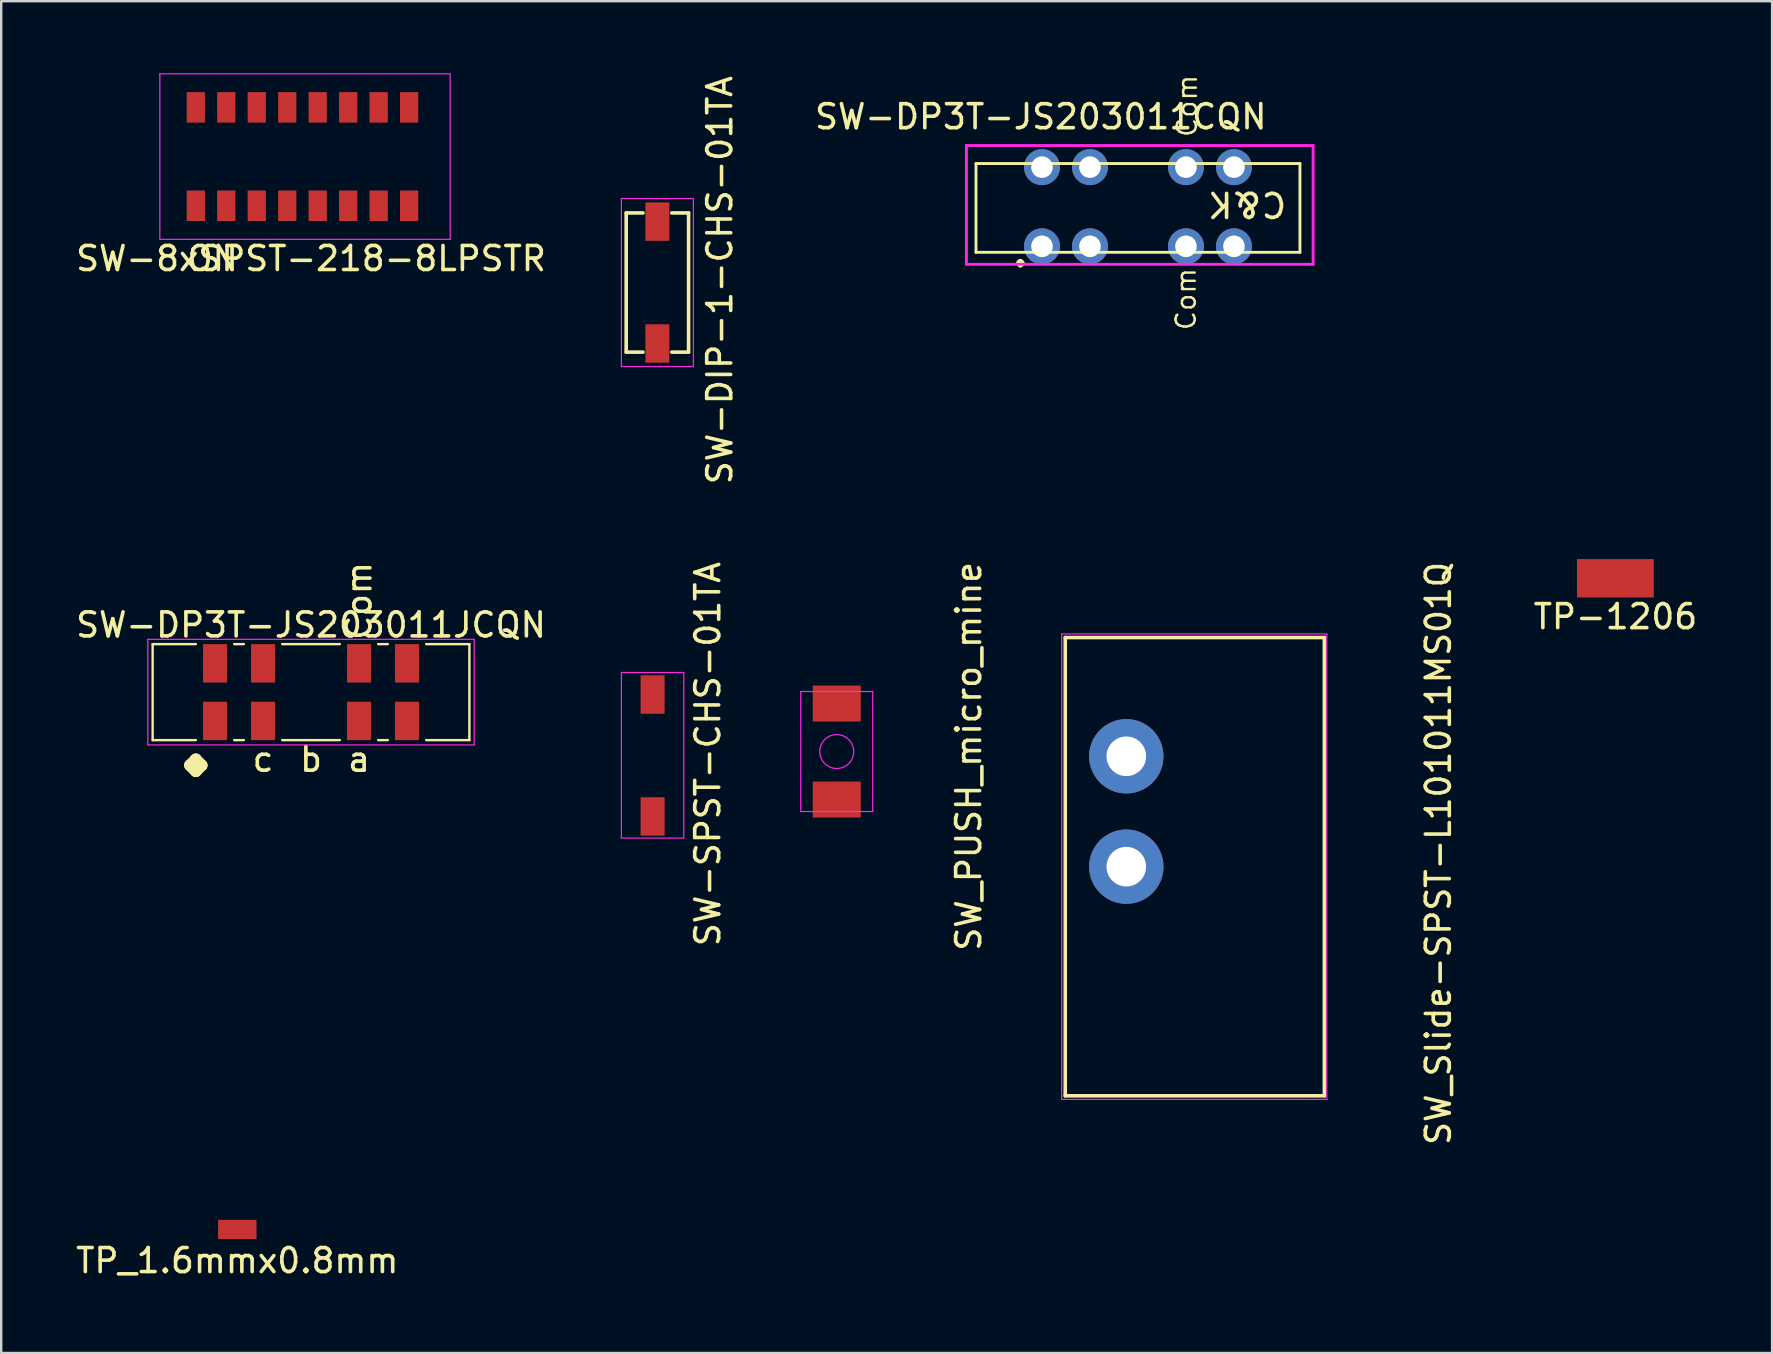
<source format=kicad_pcb>
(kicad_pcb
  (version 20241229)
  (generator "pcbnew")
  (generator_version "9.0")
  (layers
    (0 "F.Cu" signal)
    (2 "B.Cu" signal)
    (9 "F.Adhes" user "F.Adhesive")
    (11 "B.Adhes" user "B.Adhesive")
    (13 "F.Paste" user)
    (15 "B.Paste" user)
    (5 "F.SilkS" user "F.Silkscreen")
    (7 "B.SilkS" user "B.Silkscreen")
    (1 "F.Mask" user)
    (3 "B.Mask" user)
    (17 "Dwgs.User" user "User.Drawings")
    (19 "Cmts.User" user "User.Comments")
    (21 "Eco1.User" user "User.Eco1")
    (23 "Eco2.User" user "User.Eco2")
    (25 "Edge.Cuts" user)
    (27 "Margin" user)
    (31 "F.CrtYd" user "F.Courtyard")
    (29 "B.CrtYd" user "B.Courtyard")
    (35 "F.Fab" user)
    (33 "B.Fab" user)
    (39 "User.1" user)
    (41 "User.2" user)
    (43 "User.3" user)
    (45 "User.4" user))
  (footprint "TP-1206"
    (layer "F.Cu")
    (at 64.271 21.05)
    (property "Reference" "TP-1206" (at 0 1.6 0) (layer "F.SilkS") (effects (font (size 1 1) (thickness 0.15))))
    (attr through_hole)
    (pad "1" smd rect (at 0 0) (size 3.2 1.6) (layers "F.Cu" "F.Mask" "F.Paste")))
  (footprint "SW_Slide-SPST-L101011MS01Q"
    (layer "F.Cu")
    (at 46.743 33.068)
    (property "Reference" "SW_Slide-SPST-L101011MS01Q" (at 10.15 -0.55 90) (layer "F.SilkS") (effects (font (size 1 1) (thickness 0.15))))
    (attr through_hole)
    (fp_line (start -5.4 -9.55) (end 5.4 -9.55) (stroke (width 0.15) (type solid)) (layer "F.SilkS"))
    (fp_line (start -5.4 9.55) (end -5.4 -9.55) (stroke (width 0.15) (type solid)) (layer "F.SilkS"))
    (fp_line (start 5.4 -9.55) (end 5.4 9.55) (stroke (width 0.15) (type solid)) (layer "F.SilkS"))
    (fp_line (start 5.4 9.55) (end -5.4 9.55) (stroke (width 0.15) (type solid)) (layer "F.SilkS"))
    (fp_line (start -5.55 -9.7) (end -5.55 9.7) (stroke (width 0.05) (type solid)) (layer "F.CrtYd"))
    (fp_line (start -5.55 9.7) (end 5.5 9.7) (stroke (width 0.05) (type solid)) (layer "F.CrtYd"))
    (fp_line (start 5.5 -9.7) (end -5.55 -9.7) (stroke (width 0.05) (type solid)) (layer "F.CrtYd"))
    (fp_line (start 5.5 9.7) (end 5.5 -9.7) (stroke (width 0.05) (type solid)) (layer "F.CrtYd"))
    (pad "1" thru_hole circle (at -2.855 -4.6) (size 3.1 3.1) (drill 1.65) (layers "*.Cu" "*.Mask"))
    (pad "2" thru_hole circle (at -2.855 0) (size 3.1 3.1) (drill 1.65) (layers "*.Cu" "*.Mask")))
  (footprint "SW-DP3T-JS203011CQN"
    (layer "F.Cu")
    (at 40.374 7.215)
    (property "Reference" "SW-DP3T-JS203011CQN" (at -0.05 -5.4 0) (layer "F.SilkS") (effects (font (size 1 1) (thickness 0.15))))
    (attr through_hole)
    (fp_line (start -2.75 -3.45) (end -2.75 0.25) (stroke (width 0.12) (type solid)) (layer "F.SilkS"))
    (fp_line (start -2.75 0.25) (end 10.75 0.25) (stroke (width 0.12) (type solid)) (layer "F.SilkS"))
    (fp_line (start 10.75 -3.45) (end -2.75 -3.45) (stroke (width 0.12) (type solid)) (layer "F.SilkS"))
    (fp_line (start 10.75 0.25) (end 10.75 -3.45) (stroke (width 0.12) (type solid)) (layer "F.SilkS"))
    (fp_line (start -3.15 -4.2) (end 11.3 -4.2) (stroke (width 0.12) (type solid)) (layer "F.CrtYd"))
    (fp_line (start -3.15 0.75) (end -3.15 -4.2) (stroke (width 0.12) (type solid)) (layer "F.CrtYd"))
    (fp_line (start 11.15 0.75) (end -3.15 0.75) (stroke (width 0.12) (type solid)) (layer "F.CrtYd"))
    (fp_line (start 11.3 -4.2) (end 11.3 0.75) (stroke (width 0.12) (type solid)) (layer "F.CrtYd"))
    (fp_line (start 11.3 0.75) (end 11.15 0.75) (stroke (width 0.12) (type solid)) (layer "F.CrtYd"))
    (fp_text user "." (at -0.9 0.3 0) (layer "F.SilkS") (effects (font (size 1 1) (thickness 0.25))))
    (fp_text user "Com" (at 6 2.2 90) (layer "F.SilkS") (effects (font (size 0.8 0.8) (thickness 0.1))))
    (fp_text user "Com" (at 6.05 -5.85 90) (layer "F.SilkS") (effects (font (size 0.8 0.8) (thickness 0.1))))
    (fp_text user "C&K" (at 8.55 -1.75 180) (unlocked yes) (layer "F.SilkS") (effects (font (size 1 1) (thickness 0.15))))
    (pad "1" thru_hole circle (at 0 0) (size 1.5 1.5) (drill 0.9) (layers "*.Cu" "*.Mask"))
    (pad "2" thru_hole circle (at 2 0) (size 1.5 1.5) (drill 0.9) (layers "*.Cu" "*.Mask"))
    (pad "3" thru_hole circle (at 6 0) (size 1.5 1.5) (drill 0.9) (layers "*.Cu" "*.Mask"))
    (pad "4" thru_hole circle (at 8 0) (size 1.5 1.5) (drill 0.9) (layers "*.Cu" "*.Mask"))
    (pad "5" thru_hole circle (at 0 -3.3) (size 1.5 1.5) (drill 0.9) (layers "*.Cu" "*.Mask"))
    (pad "6" thru_hole circle (at 2 -3.3) (size 1.5 1.5) (drill 0.9) (layers "*.Cu" "*.Mask"))
    (pad "7" thru_hole circle (at 6 -3.3) (size 1.5 1.5) (drill 0.9) (layers "*.Cu" "*.Mask"))
    (pad "8" thru_hole circle (at 8 -3.3) (size 1.5 1.5) (drill 0.9) (layers "*.Cu" "*.Mask")))
  (footprint "SW-SPST-CHS-01TA"
    (layer "F.Cu")
    (at 24.146 30.975)
    (property "Reference" "SW-SPST-CHS-01TA" (at 2.3 -2.6 90) (layer "F.SilkS") (effects (font (size 1 1) (thickness 0.15))))
    (attr through_hole)
    (fp_line (start -1.3 -6) (end -1.3 0.9) (stroke (width 0.05) (type solid)) (layer "F.CrtYd"))
    (fp_line (start -1.3 0.9) (end 1.3 0.9) (stroke (width 0.05) (type solid)) (layer "F.CrtYd"))
    (fp_line (start 1.3 -6) (end -1.3 -6) (stroke (width 0.05) (type solid)) (layer "F.CrtYd"))
    (fp_line (start 1.3 0.9) (end 1.3 -6) (stroke (width 0.05) (type solid)) (layer "F.CrtYd"))
    (pad "1" smd rect (at 0 0) (size 1 1.6) (layers "F.Cu" "F.Mask" "F.Paste"))
    (pad "2" smd rect (at 0 -5.08) (size 1 1.6) (layers "F.Cu" "F.Mask" "F.Paste")))
  (footprint "SW-DP3T-JS203011JCQN"
    (layer "F.Cu")
    (at 9.911 25.794)
    (property "Reference" "SW-DP3T-JS203011JCQN" (at 0 -2.8 0) (layer "F.SilkS") (effects (font (size 1 1) (thickness 0.15))))
    (attr through_hole)
    (fp_line (start -6.6 -2) (end -6.6 2) (stroke (width 0.1) (type solid)) (layer "F.SilkS"))
    (fp_line (start -6.6 2) (end -4.8 2) (stroke (width 0.1) (type solid)) (layer "F.SilkS"))
    (fp_line (start -4.8 -2) (end -6.6 -2) (stroke (width 0.1) (type solid)) (layer "F.SilkS"))
    (fp_line (start -3.2 2) (end -2.8 2) (stroke (width 0.1) (type solid)) (layer "F.SilkS"))
    (fp_line (start -2.8 -2) (end -3.2 -2) (stroke (width 0.1) (type solid)) (layer "F.SilkS"))
    (fp_line (start -1.2 2) (end 1.2 2) (stroke (width 0.1) (type solid)) (layer "F.SilkS"))
    (fp_line (start 1.2 -2) (end -1.2 -2) (stroke (width 0.1) (type solid)) (layer "F.SilkS"))
    (fp_line (start 2.8 2) (end 3.2 2) (stroke (width 0.1) (type solid)) (layer "F.SilkS"))
    (fp_line (start 3.2 -2) (end 2.8 -2) (stroke (width 0.1) (type solid)) (layer "F.SilkS"))
    (fp_line (start 4.8 2) (end 6.6 2) (stroke (width 0.1) (type solid)) (layer "F.SilkS"))
    (fp_line (start 6.6 -2) (end 4.8 -2) (stroke (width 0.1) (type solid)) (layer "F.SilkS"))
    (fp_line (start 6.6 2) (end 6.6 -2) (stroke (width 0.1) (type solid)) (layer "F.SilkS"))
    (fp_line (start -6.8 -2.2) (end -6.8 2.2) (stroke (width 0.05) (type solid)) (layer "F.CrtYd"))
    (fp_line (start -6.8 2.2) (end 6.8 2.2) (stroke (width 0.05) (type solid)) (layer "F.CrtYd"))
    (fp_line (start 6.8 -2.2) (end -6.8 -2.2) (stroke (width 0.05) (type solid)) (layer "F.CrtYd"))
    (fp_line (start 6.8 2.2) (end 6.8 -2.2) (stroke (width 0.05) (type solid)) (layer "F.CrtYd"))
    (fp_text user "Com" (at 2 -3.8 90) (layer "F.SilkS") (effects (font (size 1 1) (thickness 0.15))))
    (fp_text user "b" (at 0 2.8 0) (layer "F.SilkS") (effects (font (size 1 1) (thickness 0.15))))
    (fp_text user "a" (at 2 2.8 0) (layer "F.SilkS") (effects (font (size 1 1) (thickness 0.15))))
    (fp_text user "c" (at -2 2.8 0) (layer "F.SilkS") (effects (font (size 1 1) (thickness 0.15))))
    (fp_text user "." (at -4.8 1 0) (layer "F.SilkS") (effects (font (size 5 5) (thickness 0.5))))
    (pad "1" smd rect (at -4 1.2) (size 1 1.6) (layers "F.Cu" "F.Mask" "F.Paste"))
    (pad "2" smd rect (at -2 1.2) (size 1 1.6) (layers "F.Cu" "F.Mask" "F.Paste"))
    (pad "3" smd rect (at 2 1.2) (size 1 1.6) (layers "F.Cu" "F.Mask" "F.Paste"))
    (pad "4" smd rect (at 4 1.2) (size 1 1.6) (layers "F.Cu" "F.Mask" "F.Paste"))
    (pad "5" smd rect (at -4 -1.2) (size 1 1.6) (layers "F.Cu" "F.Mask" "F.Paste"))
    (pad "6" smd rect (at -2 -1.2) (size 1 1.6) (layers "F.Cu" "F.Mask" "F.Paste"))
    (pad "7" smd rect (at 2 -1.2) (size 1 1.6) (layers "F.Cu" "F.Mask" "F.Paste"))
    (pad "8" smd rect (at 4 -1.2) (size 1 1.6) (layers "F.Cu" "F.Mask" "F.Paste")))
  (footprint "TP_1.6mmx0.8mm"
    (layer "F.Cu")
    (at 6.839 48.186)
    (property "Reference" "TP_1.6mmx0.8mm" (at 0 1.3 0) (layer "F.SilkS") (effects (font (size 1 1) (thickness 0.15))))
    (attr through_hole)
    (pad "1" smd rect (at 0 0) (size 1.6 0.8) (layers "F.Cu" "F.Mask" "F.Paste")))
  (footprint "SW-DIP-1-CHS-01TA"
    (layer "F.Cu")
    (at 24.346 8.725)
    (property "Reference" "SW-DIP-1-CHS-01TA" (at 2.6 -0.1 90) (layer "F.SilkS") (effects (font (size 1 1) (thickness 0.15))))
    (attr through_hole)
    (fp_line (start -1.3 -2.9) (end -0.6 -2.9) (stroke (width 0.15) (type solid)) (layer "F.SilkS"))
    (fp_line (start -1.3 2.9) (end -1.3 -2.9) (stroke (width 0.15) (type solid)) (layer "F.SilkS"))
    (fp_line (start -0.6 2.9) (end -1.3 2.9) (stroke (width 0.15) (type solid)) (layer "F.SilkS"))
    (fp_line (start 0.6 -2.9) (end 1.3 -2.9) (stroke (width 0.15) (type solid)) (layer "F.SilkS"))
    (fp_line (start 1.3 -2.9) (end 1.3 2.9) (stroke (width 0.15) (type solid)) (layer "F.SilkS"))
    (fp_line (start 1.3 2.9) (end 0.6 2.9) (stroke (width 0.15) (type solid)) (layer "F.SilkS"))
    (fp_line (start -1.5 -3.5) (end -1.5 3.5) (stroke (width 0.05) (type solid)) (layer "F.CrtYd"))
    (fp_line (start -1.5 3.5) (end 1.5 3.5) (stroke (width 0.05) (type solid)) (layer "F.CrtYd"))
    (fp_line (start 1.5 -3.5) (end -1.5 -3.5) (stroke (width 0.05) (type solid)) (layer "F.CrtYd"))
    (fp_line (start 1.5 3.5) (end 1.5 -3.5) (stroke (width 0.05) (type solid)) (layer "F.CrtYd"))
    (pad "1" smd rect (at 0 2.54) (size 1 1.6) (layers "F.Cu" "F.Mask" "F.Paste"))
    (pad "2" smd rect (at 0 -2.54) (size 1 1.6) (layers "F.Cu" "F.Mask" "F.Paste")))
  (footprint "SW_PUSH_micro_mine"
    (layer "F.Cu")
    (at 31.82 30.27)
    (property "Reference" "SW_PUSH_micro_mine" (at 5.5 -1.8 90) (layer "F.SilkS") (effects (font (size 1 1) (thickness 0.15))))
    (attr through_hole)
    (fp_line (start -1.5 -4.5) (end -1.5 0.5) (stroke (width 0.05) (type solid)) (layer "F.CrtYd"))
    (fp_line (start -1.5 0.5) (end 1.5 0.5) (stroke (width 0.05) (type solid)) (layer "F.CrtYd"))
    (fp_line (start 1.5 -4.5) (end -1.5 -4.5) (stroke (width 0.05) (type solid)) (layer "F.CrtYd"))
    (fp_line (start 1.5 0.5) (end 1.5 -4.5) (stroke (width 0.05) (type solid)) (layer "F.CrtYd"))
    (fp_circle (center 0 -2) (end 0.5 -1.5) (stroke (width 0.05) (type solid)) (fill no) (layer "F.CrtYd"))
    (pad "1" smd rect (at 0 0) (size 2 1.5) (layers "F.Cu" "F.Mask" "F.Paste"))
    (pad "2" smd rect (at 0 -4) (size 2 1.5) (layers "F.Cu" "F.Mask" "F.Paste")))
  (footprint "SW-8xSPST-218-8LPSTR"
    (layer "F.Cu")
    (at 5.111 1.425)
    (property "Reference" "SW-8xSPST-218-8LPSTR" (at 4.8 6.3 0) (layer "F.SilkS") (effects (font (size 1 1) (thickness 0.15))))
    (attr through_hole)
    (fp_line (start -1.5 -1.3) (end -1.5 -1.4) (stroke (width 0.05) (type solid)) (layer "F.CrtYd"))
    (fp_line (start -1.5 -1.3) (end -1.5 5.5) (stroke (width 0.05) (type solid)) (layer "F.CrtYd"))
    (fp_line (start -1.5 5.5) (end 10.6 5.5) (stroke (width 0.05) (type solid)) (layer "F.CrtYd"))
    (fp_line (start 10.6 -1.4) (end -1.5 -1.4) (stroke (width 0.05) (type solid)) (layer "F.CrtYd"))
    (fp_line (start 10.6 5.5) (end 10.6 -1.4) (stroke (width 0.05) (type solid)) (layer "F.CrtYd"))
    (fp_text user "ON" (at 0.7 6.3 0) (layer "F.SilkS") (effects (font (size 1 1) (thickness 0.15))))
    (pad "1" smd rect (at 0 0) (size 0.76 1.27) (layers "F.Cu" "F.Mask" "F.Paste"))
    (pad "2" smd rect (at 1.27 0) (size 0.76 1.27) (layers "F.Cu" "F.Mask" "F.Paste"))
    (pad "3" smd rect (at 2.54 0) (size 0.76 1.27) (layers "F.Cu" "F.Mask" "F.Paste"))
    (pad "4" smd rect (at 3.81 0) (size 0.76 1.27) (layers "F.Cu" "F.Mask" "F.Paste"))
    (pad "5" smd rect (at 5.08 0) (size 0.76 1.27) (layers "F.Cu" "F.Mask" "F.Paste"))
    (pad "6" smd rect (at 6.35 0) (size 0.76 1.27) (layers "F.Cu" "F.Mask" "F.Paste"))
    (pad "7" smd rect (at 7.62 0) (size 0.76 1.27) (layers "F.Cu" "F.Mask" "F.Paste"))
    (pad "8" smd rect (at 8.89 0) (size 0.76 1.27) (layers "F.Cu" "F.Mask" "F.Paste"))
    (pad "9" smd rect (at 8.89 4.1) (size 0.76 1.27) (layers "F.Cu" "F.Mask" "F.Paste"))
    (pad "10" smd rect (at 7.62 4.1) (size 0.76 1.27) (layers "F.Cu" "F.Mask" "F.Paste"))
    (pad "11" smd rect (at 6.35 4.1) (size 0.76 1.27) (layers "F.Cu" "F.Mask" "F.Paste"))
    (pad "12" smd rect (at 5.08 4.1) (size 0.76 1.27) (layers "F.Cu" "F.Mask" "F.Paste"))
    (pad "13" smd rect (at 3.81 4.1) (size 0.76 1.27) (layers "F.Cu" "F.Mask" "F.Paste"))
    (pad "14" smd rect (at 2.54 4.1) (size 0.76 1.27) (layers "F.Cu" "F.Mask" "F.Paste"))
    (pad "15" smd rect (at 1.27 4.1) (size 0.76 1.27) (layers "F.Cu" "F.Mask" "F.Paste"))
    (pad "16" smd rect (at 0 4.1) (size 0.76 1.27) (layers "F.Cu" "F.Mask" "F.Paste")))
  (gr_rect
    (start -3 -3)
    (end 70.801 53.334)
    (stroke (width 0.1) (type default))
    (fill no)
    (layer "Edge.Cuts")))
</source>
